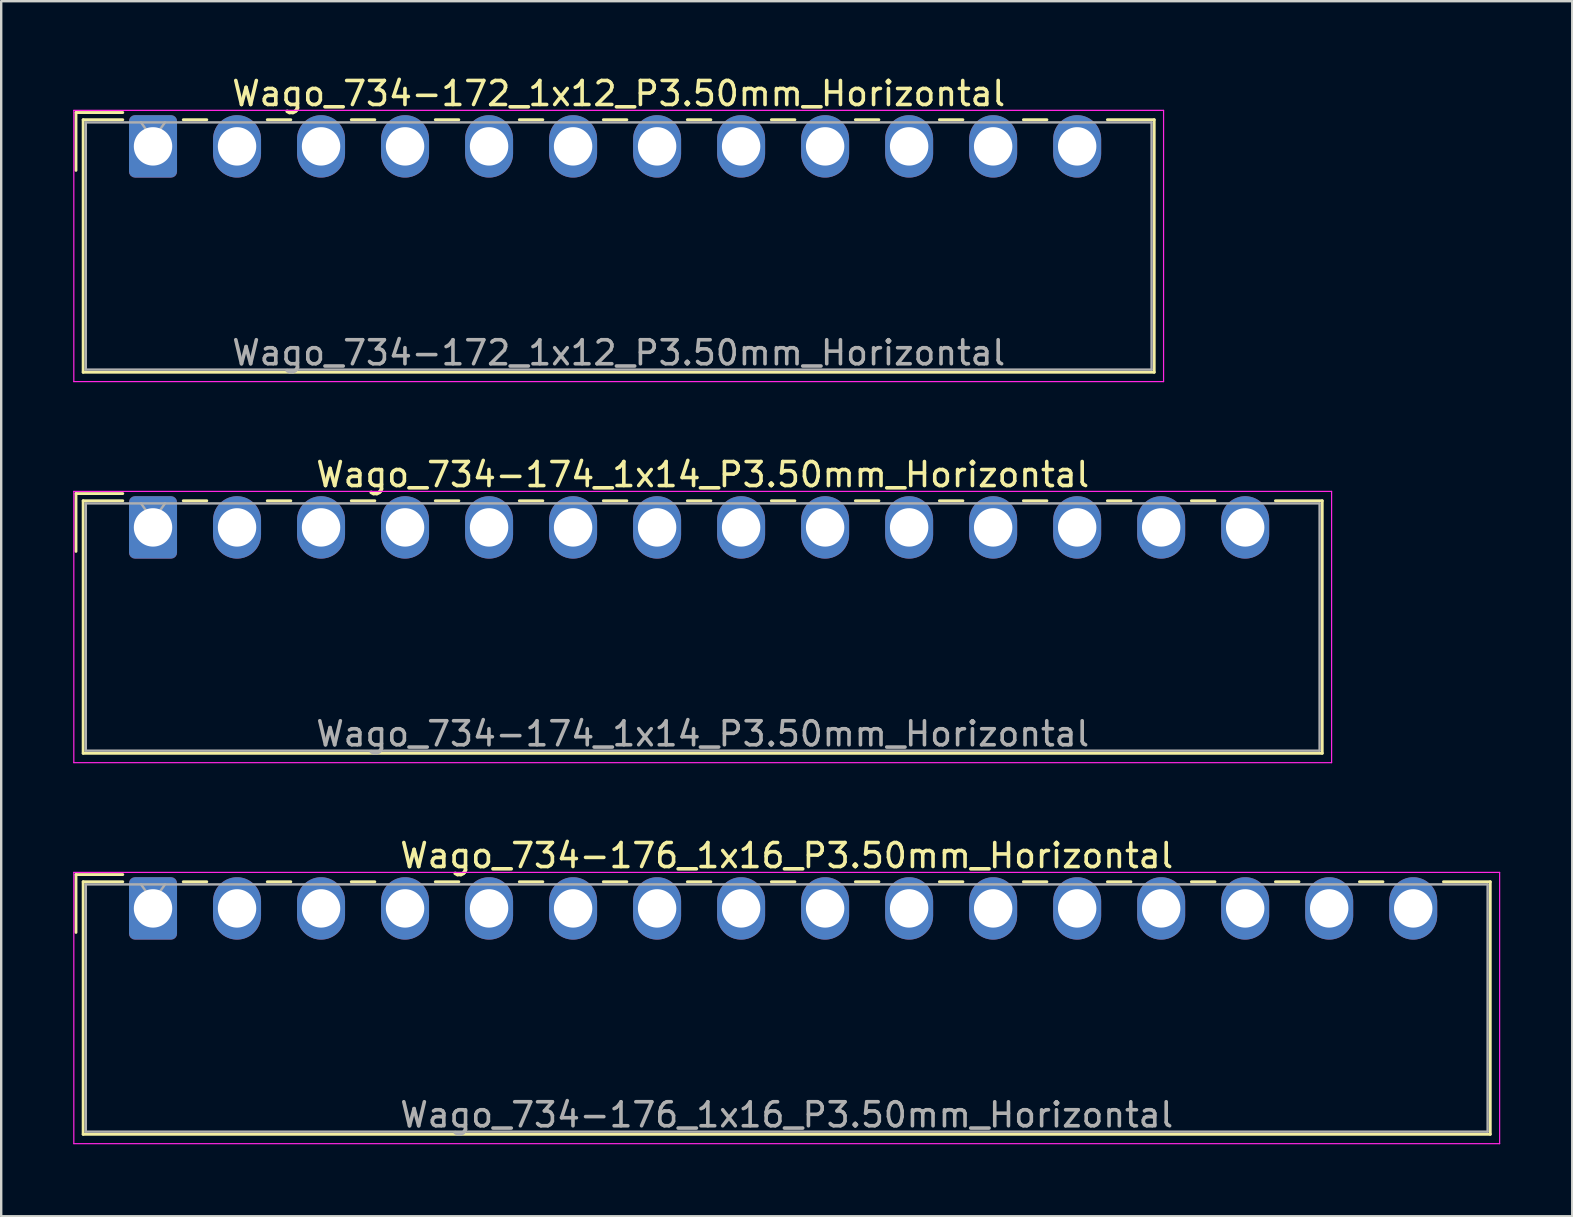
<source format=kicad_pcb>
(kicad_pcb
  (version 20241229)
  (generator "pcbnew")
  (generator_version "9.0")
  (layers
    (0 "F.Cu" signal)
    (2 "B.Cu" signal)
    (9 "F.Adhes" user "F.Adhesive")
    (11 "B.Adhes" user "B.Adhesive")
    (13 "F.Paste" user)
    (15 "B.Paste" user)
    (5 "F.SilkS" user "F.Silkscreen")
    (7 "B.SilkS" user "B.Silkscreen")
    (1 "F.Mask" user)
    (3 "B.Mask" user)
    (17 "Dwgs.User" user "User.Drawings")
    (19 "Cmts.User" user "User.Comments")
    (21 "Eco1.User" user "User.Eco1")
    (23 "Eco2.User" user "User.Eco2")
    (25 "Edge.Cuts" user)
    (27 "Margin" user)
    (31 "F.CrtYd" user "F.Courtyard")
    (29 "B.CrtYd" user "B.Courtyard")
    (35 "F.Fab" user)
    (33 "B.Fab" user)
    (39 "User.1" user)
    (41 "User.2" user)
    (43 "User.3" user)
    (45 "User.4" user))
  (footprint "Wago_734-174_1x14_P3.50mm_Horizontal"
    (layer "F.Cu")
    (at 3.325 18.922)
    (property "Reference" "Wago_734-174_1x14_P3.50mm_Horizontal" (at 22.9 -2.2 0) (layer "F.SilkS") (effects (font (size 1 1) (thickness 0.15))))
    (attr through_hole)
    (fp_line (start -3.21 -1.41) (end -1.26 -1.41) (stroke (width 0.12) (type solid)) (layer "F.SilkS"))
    (fp_line (start -3.21 1) (end -3.21 -1.41) (stroke (width 0.12) (type solid)) (layer "F.SilkS"))
    (fp_line (start -2.91 -1.11) (end -2.91 9.41) (stroke (width 0.12) (type solid)) (layer "F.SilkS"))
    (fp_line (start -2.91 9.41) (end 48.71 9.41) (stroke (width 0.12) (type solid)) (layer "F.SilkS"))
    (fp_line (start -1.26 -1.11) (end -2.91 -1.11) (stroke (width 0.12) (type solid)) (layer "F.SilkS"))
    (fp_line (start 1.26 -1.11) (end 2.24 -1.11) (stroke (width 0.12) (type solid)) (layer "F.SilkS"))
    (fp_line (start 4.76 -1.11) (end 5.74 -1.11) (stroke (width 0.12) (type solid)) (layer "F.SilkS"))
    (fp_line (start 8.26 -1.11) (end 9.24 -1.11) (stroke (width 0.12) (type solid)) (layer "F.SilkS"))
    (fp_line (start 11.76 -1.11) (end 12.74 -1.11) (stroke (width 0.12) (type solid)) (layer "F.SilkS"))
    (fp_line (start 15.26 -1.11) (end 16.24 -1.11) (stroke (width 0.12) (type solid)) (layer "F.SilkS"))
    (fp_line (start 18.76 -1.11) (end 19.74 -1.11) (stroke (width 0.12) (type solid)) (layer "F.SilkS"))
    (fp_line (start 22.26 -1.11) (end 23.24 -1.11) (stroke (width 0.12) (type solid)) (layer "F.SilkS"))
    (fp_line (start 25.76 -1.11) (end 26.74 -1.11) (stroke (width 0.12) (type solid)) (layer "F.SilkS"))
    (fp_line (start 29.26 -1.11) (end 30.24 -1.11) (stroke (width 0.12) (type solid)) (layer "F.SilkS"))
    (fp_line (start 32.76 -1.11) (end 33.74 -1.11) (stroke (width 0.12) (type solid)) (layer "F.SilkS"))
    (fp_line (start 36.26 -1.11) (end 37.24 -1.11) (stroke (width 0.12) (type solid)) (layer "F.SilkS"))
    (fp_line (start 39.76 -1.11) (end 40.74 -1.11) (stroke (width 0.12) (type solid)) (layer "F.SilkS"))
    (fp_line (start 43.26 -1.11) (end 44.24 -1.11) (stroke (width 0.12) (type solid)) (layer "F.SilkS"))
    (fp_line (start 48.71 -1.11) (end 46.76 -1.11) (stroke (width 0.12) (type solid)) (layer "F.SilkS"))
    (fp_line (start 48.71 9.41) (end 48.71 -1.11) (stroke (width 0.12) (type solid)) (layer "F.SilkS"))
    (fp_line (start -3.3 -1.5) (end -3.3 9.8) (stroke (width 0.05) (type solid)) (layer "F.CrtYd"))
    (fp_line (start -3.3 9.8) (end 49.1 9.8) (stroke (width 0.05) (type solid)) (layer "F.CrtYd"))
    (fp_line (start 49.1 -1.5) (end -3.3 -1.5) (stroke (width 0.05) (type solid)) (layer "F.CrtYd"))
    (fp_line (start 49.1 9.8) (end 49.1 -1.5) (stroke (width 0.05) (type solid)) (layer "F.CrtYd"))
    (fp_line (start -2.8 -1) (end -2.8 9.3) (stroke (width 0.1) (type solid)) (layer "F.Fab"))
    (fp_line (start -2.8 9.3) (end 48.6 9.3) (stroke (width 0.1) (type solid)) (layer "F.Fab"))
    (fp_line (start -0.5 -1) (end 0 -0.293) (stroke (width 0.1) (type solid)) (layer "F.Fab"))
    (fp_line (start 0 -0.293) (end 0.5 -1) (stroke (width 0.1) (type solid)) (layer "F.Fab"))
    (fp_line (start 48.6 -1) (end -2.8 -1) (stroke (width 0.1) (type solid)) (layer "F.Fab"))
    (fp_line (start 48.6 9.3) (end 48.6 -1) (stroke (width 0.1) (type solid)) (layer "F.Fab"))
    (fp_text user "${REFERENCE}" (at 22.9 8.6 0) (layer "F.Fab") (effects (font (size 1 1) (thickness 0.15))))
    (pad "1" thru_hole roundrect (at 0 0) (size 2 2.6) (drill 1.6) (layers "*.Cu" "*.Mask") (roundrect_rratio 0.125))
    (pad "2" thru_hole oval (at 3.5 0) (size 2 2.6) (drill 1.6) (layers "*.Cu" "*.Mask"))
    (pad "3" thru_hole oval (at 7 0) (size 2 2.6) (drill 1.6) (layers "*.Cu" "*.Mask"))
    (pad "4" thru_hole oval (at 10.5 0) (size 2 2.6) (drill 1.6) (layers "*.Cu" "*.Mask"))
    (pad "5" thru_hole oval (at 14 0) (size 2 2.6) (drill 1.6) (layers "*.Cu" "*.Mask"))
    (pad "6" thru_hole oval (at 17.5 0) (size 2 2.6) (drill 1.6) (layers "*.Cu" "*.Mask"))
    (pad "7" thru_hole oval (at 21 0) (size 2 2.6) (drill 1.6) (layers "*.Cu" "*.Mask"))
    (pad "8" thru_hole oval (at 24.5 0) (size 2 2.6) (drill 1.6) (layers "*.Cu" "*.Mask"))
    (pad "9" thru_hole oval (at 28 0) (size 2 2.6) (drill 1.6) (layers "*.Cu" "*.Mask"))
    (pad "10" thru_hole oval (at 31.5 0) (size 2 2.6) (drill 1.6) (layers "*.Cu" "*.Mask"))
    (pad "11" thru_hole oval (at 35 0) (size 2 2.6) (drill 1.6) (layers "*.Cu" "*.Mask"))
    (pad "12" thru_hole oval (at 38.5 0) (size 2 2.6) (drill 1.6) (layers "*.Cu" "*.Mask"))
    (pad "13" thru_hole oval (at 42 0) (size 2 2.6) (drill 1.6) (layers "*.Cu" "*.Mask"))
    (pad "14" thru_hole oval (at 45.5 0) (size 2 2.6) (drill 1.6) (layers "*.Cu" "*.Mask")))
  (footprint "Wago_734-172_1x12_P3.50mm_Horizontal"
    (layer "F.Cu")
    (at 3.325 3.048)
    (property "Reference" "Wago_734-172_1x12_P3.50mm_Horizontal" (at 19.4 -2.2 0) (layer "F.SilkS") (effects (font (size 1 1) (thickness 0.15))))
    (attr through_hole)
    (fp_line (start -3.21 -1.41) (end -1.26 -1.41) (stroke (width 0.12) (type solid)) (layer "F.SilkS"))
    (fp_line (start -3.21 1) (end -3.21 -1.41) (stroke (width 0.12) (type solid)) (layer "F.SilkS"))
    (fp_line (start -2.91 -1.11) (end -2.91 9.41) (stroke (width 0.12) (type solid)) (layer "F.SilkS"))
    (fp_line (start -2.91 9.41) (end 41.71 9.41) (stroke (width 0.12) (type solid)) (layer "F.SilkS"))
    (fp_line (start -1.26 -1.11) (end -2.91 -1.11) (stroke (width 0.12) (type solid)) (layer "F.SilkS"))
    (fp_line (start 1.26 -1.11) (end 2.24 -1.11) (stroke (width 0.12) (type solid)) (layer "F.SilkS"))
    (fp_line (start 4.76 -1.11) (end 5.74 -1.11) (stroke (width 0.12) (type solid)) (layer "F.SilkS"))
    (fp_line (start 8.26 -1.11) (end 9.24 -1.11) (stroke (width 0.12) (type solid)) (layer "F.SilkS"))
    (fp_line (start 11.76 -1.11) (end 12.74 -1.11) (stroke (width 0.12) (type solid)) (layer "F.SilkS"))
    (fp_line (start 15.26 -1.11) (end 16.24 -1.11) (stroke (width 0.12) (type solid)) (layer "F.SilkS"))
    (fp_line (start 18.76 -1.11) (end 19.74 -1.11) (stroke (width 0.12) (type solid)) (layer "F.SilkS"))
    (fp_line (start 22.26 -1.11) (end 23.24 -1.11) (stroke (width 0.12) (type solid)) (layer "F.SilkS"))
    (fp_line (start 25.76 -1.11) (end 26.74 -1.11) (stroke (width 0.12) (type solid)) (layer "F.SilkS"))
    (fp_line (start 29.26 -1.11) (end 30.24 -1.11) (stroke (width 0.12) (type solid)) (layer "F.SilkS"))
    (fp_line (start 32.76 -1.11) (end 33.74 -1.11) (stroke (width 0.12) (type solid)) (layer "F.SilkS"))
    (fp_line (start 36.26 -1.11) (end 37.24 -1.11) (stroke (width 0.12) (type solid)) (layer "F.SilkS"))
    (fp_line (start 41.71 -1.11) (end 39.76 -1.11) (stroke (width 0.12) (type solid)) (layer "F.SilkS"))
    (fp_line (start 41.71 9.41) (end 41.71 -1.11) (stroke (width 0.12) (type solid)) (layer "F.SilkS"))
    (fp_line (start -3.3 -1.5) (end -3.3 9.8) (stroke (width 0.05) (type solid)) (layer "F.CrtYd"))
    (fp_line (start -3.3 9.8) (end 42.1 9.8) (stroke (width 0.05) (type solid)) (layer "F.CrtYd"))
    (fp_line (start 42.1 -1.5) (end -3.3 -1.5) (stroke (width 0.05) (type solid)) (layer "F.CrtYd"))
    (fp_line (start 42.1 9.8) (end 42.1 -1.5) (stroke (width 0.05) (type solid)) (layer "F.CrtYd"))
    (fp_line (start -2.8 -1) (end -2.8 9.3) (stroke (width 0.1) (type solid)) (layer "F.Fab"))
    (fp_line (start -2.8 9.3) (end 41.6 9.3) (stroke (width 0.1) (type solid)) (layer "F.Fab"))
    (fp_line (start -0.5 -1) (end 0 -0.293) (stroke (width 0.1) (type solid)) (layer "F.Fab"))
    (fp_line (start 0 -0.293) (end 0.5 -1) (stroke (width 0.1) (type solid)) (layer "F.Fab"))
    (fp_line (start 41.6 -1) (end -2.8 -1) (stroke (width 0.1) (type solid)) (layer "F.Fab"))
    (fp_line (start 41.6 9.3) (end 41.6 -1) (stroke (width 0.1) (type solid)) (layer "F.Fab"))
    (fp_text user "${REFERENCE}" (at 19.4 8.6 0) (layer "F.Fab") (effects (font (size 1 1) (thickness 0.15))))
    (pad "1" thru_hole roundrect (at 0 0) (size 2 2.6) (drill 1.6) (layers "*.Cu" "*.Mask") (roundrect_rratio 0.125))
    (pad "2" thru_hole oval (at 3.5 0) (size 2 2.6) (drill 1.6) (layers "*.Cu" "*.Mask"))
    (pad "3" thru_hole oval (at 7 0) (size 2 2.6) (drill 1.6) (layers "*.Cu" "*.Mask"))
    (pad "4" thru_hole oval (at 10.5 0) (size 2 2.6) (drill 1.6) (layers "*.Cu" "*.Mask"))
    (pad "5" thru_hole oval (at 14 0) (size 2 2.6) (drill 1.6) (layers "*.Cu" "*.Mask"))
    (pad "6" thru_hole oval (at 17.5 0) (size 2 2.6) (drill 1.6) (layers "*.Cu" "*.Mask"))
    (pad "7" thru_hole oval (at 21 0) (size 2 2.6) (drill 1.6) (layers "*.Cu" "*.Mask"))
    (pad "8" thru_hole oval (at 24.5 0) (size 2 2.6) (drill 1.6) (layers "*.Cu" "*.Mask"))
    (pad "9" thru_hole oval (at 28 0) (size 2 2.6) (drill 1.6) (layers "*.Cu" "*.Mask"))
    (pad "10" thru_hole oval (at 31.5 0) (size 2 2.6) (drill 1.6) (layers "*.Cu" "*.Mask"))
    (pad "11" thru_hole oval (at 35 0) (size 2 2.6) (drill 1.6) (layers "*.Cu" "*.Mask"))
    (pad "12" thru_hole oval (at 38.5 0) (size 2 2.6) (drill 1.6) (layers "*.Cu" "*.Mask")))
  (footprint "Wago_734-176_1x16_P3.50mm_Horizontal"
    (layer "F.Cu")
    (at 3.325 34.795)
    (property "Reference" "Wago_734-176_1x16_P3.50mm_Horizontal" (at 26.4 -2.2 0) (layer "F.SilkS") (effects (font (size 1 1) (thickness 0.15))))
    (attr through_hole)
    (fp_line (start -3.21 -1.41) (end -1.26 -1.41) (stroke (width 0.12) (type solid)) (layer "F.SilkS"))
    (fp_line (start -3.21 1) (end -3.21 -1.41) (stroke (width 0.12) (type solid)) (layer "F.SilkS"))
    (fp_line (start -2.91 -1.11) (end -2.91 9.41) (stroke (width 0.12) (type solid)) (layer "F.SilkS"))
    (fp_line (start -2.91 9.41) (end 55.71 9.41) (stroke (width 0.12) (type solid)) (layer "F.SilkS"))
    (fp_line (start -1.26 -1.11) (end -2.91 -1.11) (stroke (width 0.12) (type solid)) (layer "F.SilkS"))
    (fp_line (start 1.26 -1.11) (end 2.24 -1.11) (stroke (width 0.12) (type solid)) (layer "F.SilkS"))
    (fp_line (start 4.76 -1.11) (end 5.74 -1.11) (stroke (width 0.12) (type solid)) (layer "F.SilkS"))
    (fp_line (start 8.26 -1.11) (end 9.24 -1.11) (stroke (width 0.12) (type solid)) (layer "F.SilkS"))
    (fp_line (start 11.76 -1.11) (end 12.74 -1.11) (stroke (width 0.12) (type solid)) (layer "F.SilkS"))
    (fp_line (start 15.26 -1.11) (end 16.24 -1.11) (stroke (width 0.12) (type solid)) (layer "F.SilkS"))
    (fp_line (start 18.76 -1.11) (end 19.74 -1.11) (stroke (width 0.12) (type solid)) (layer "F.SilkS"))
    (fp_line (start 22.26 -1.11) (end 23.24 -1.11) (stroke (width 0.12) (type solid)) (layer "F.SilkS"))
    (fp_line (start 25.76 -1.11) (end 26.74 -1.11) (stroke (width 0.12) (type solid)) (layer "F.SilkS"))
    (fp_line (start 29.26 -1.11) (end 30.24 -1.11) (stroke (width 0.12) (type solid)) (layer "F.SilkS"))
    (fp_line (start 32.76 -1.11) (end 33.74 -1.11) (stroke (width 0.12) (type solid)) (layer "F.SilkS"))
    (fp_line (start 36.26 -1.11) (end 37.24 -1.11) (stroke (width 0.12) (type solid)) (layer "F.SilkS"))
    (fp_line (start 39.76 -1.11) (end 40.74 -1.11) (stroke (width 0.12) (type solid)) (layer "F.SilkS"))
    (fp_line (start 43.26 -1.11) (end 44.24 -1.11) (stroke (width 0.12) (type solid)) (layer "F.SilkS"))
    (fp_line (start 46.76 -1.11) (end 47.74 -1.11) (stroke (width 0.12) (type solid)) (layer "F.SilkS"))
    (fp_line (start 50.26 -1.11) (end 51.24 -1.11) (stroke (width 0.12) (type solid)) (layer "F.SilkS"))
    (fp_line (start 55.71 -1.11) (end 53.76 -1.11) (stroke (width 0.12) (type solid)) (layer "F.SilkS"))
    (fp_line (start 55.71 9.41) (end 55.71 -1.11) (stroke (width 0.12) (type solid)) (layer "F.SilkS"))
    (fp_line (start -3.3 -1.5) (end -3.3 9.8) (stroke (width 0.05) (type solid)) (layer "F.CrtYd"))
    (fp_line (start -3.3 9.8) (end 56.1 9.8) (stroke (width 0.05) (type solid)) (layer "F.CrtYd"))
    (fp_line (start 56.1 -1.5) (end -3.3 -1.5) (stroke (width 0.05) (type solid)) (layer "F.CrtYd"))
    (fp_line (start 56.1 9.8) (end 56.1 -1.5) (stroke (width 0.05) (type solid)) (layer "F.CrtYd"))
    (fp_line (start -2.8 -1) (end -2.8 9.3) (stroke (width 0.1) (type solid)) (layer "F.Fab"))
    (fp_line (start -2.8 9.3) (end 55.6 9.3) (stroke (width 0.1) (type solid)) (layer "F.Fab"))
    (fp_line (start -0.5 -1) (end 0 -0.293) (stroke (width 0.1) (type solid)) (layer "F.Fab"))
    (fp_line (start 0 -0.293) (end 0.5 -1) (stroke (width 0.1) (type solid)) (layer "F.Fab"))
    (fp_line (start 55.6 -1) (end -2.8 -1) (stroke (width 0.1) (type solid)) (layer "F.Fab"))
    (fp_line (start 55.6 9.3) (end 55.6 -1) (stroke (width 0.1) (type solid)) (layer "F.Fab"))
    (fp_text user "${REFERENCE}" (at 26.4 8.6 0) (layer "F.Fab") (effects (font (size 1 1) (thickness 0.15))))
    (pad "1" thru_hole roundrect (at 0 0) (size 2 2.6) (drill 1.6) (layers "*.Cu" "*.Mask") (roundrect_rratio 0.125))
    (pad "2" thru_hole oval (at 3.5 0) (size 2 2.6) (drill 1.6) (layers "*.Cu" "*.Mask"))
    (pad "3" thru_hole oval (at 7 0) (size 2 2.6) (drill 1.6) (layers "*.Cu" "*.Mask"))
    (pad "4" thru_hole oval (at 10.5 0) (size 2 2.6) (drill 1.6) (layers "*.Cu" "*.Mask"))
    (pad "5" thru_hole oval (at 14 0) (size 2 2.6) (drill 1.6) (layers "*.Cu" "*.Mask"))
    (pad "6" thru_hole oval (at 17.5 0) (size 2 2.6) (drill 1.6) (layers "*.Cu" "*.Mask"))
    (pad "7" thru_hole oval (at 21 0) (size 2 2.6) (drill 1.6) (layers "*.Cu" "*.Mask"))
    (pad "8" thru_hole oval (at 24.5 0) (size 2 2.6) (drill 1.6) (layers "*.Cu" "*.Mask"))
    (pad "9" thru_hole oval (at 28 0) (size 2 2.6) (drill 1.6) (layers "*.Cu" "*.Mask"))
    (pad "10" thru_hole oval (at 31.5 0) (size 2 2.6) (drill 1.6) (layers "*.Cu" "*.Mask"))
    (pad "11" thru_hole oval (at 35 0) (size 2 2.6) (drill 1.6) (layers "*.Cu" "*.Mask"))
    (pad "12" thru_hole oval (at 38.5 0) (size 2 2.6) (drill 1.6) (layers "*.Cu" "*.Mask"))
    (pad "13" thru_hole oval (at 42 0) (size 2 2.6) (drill 1.6) (layers "*.Cu" "*.Mask"))
    (pad "14" thru_hole oval (at 45.5 0) (size 2 2.6) (drill 1.6) (layers "*.Cu" "*.Mask"))
    (pad "15" thru_hole oval (at 49 0) (size 2 2.6) (drill 1.6) (layers "*.Cu" "*.Mask"))
    (pad "16" thru_hole oval (at 52.5 0) (size 2 2.6) (drill 1.6) (layers "*.Cu" "*.Mask")))
  (gr_rect
    (start -3 -3)
    (end 62.45 47.62)
    (stroke (width 0.1) (type default))
    (fill no)
    (layer "Edge.Cuts")))
</source>
